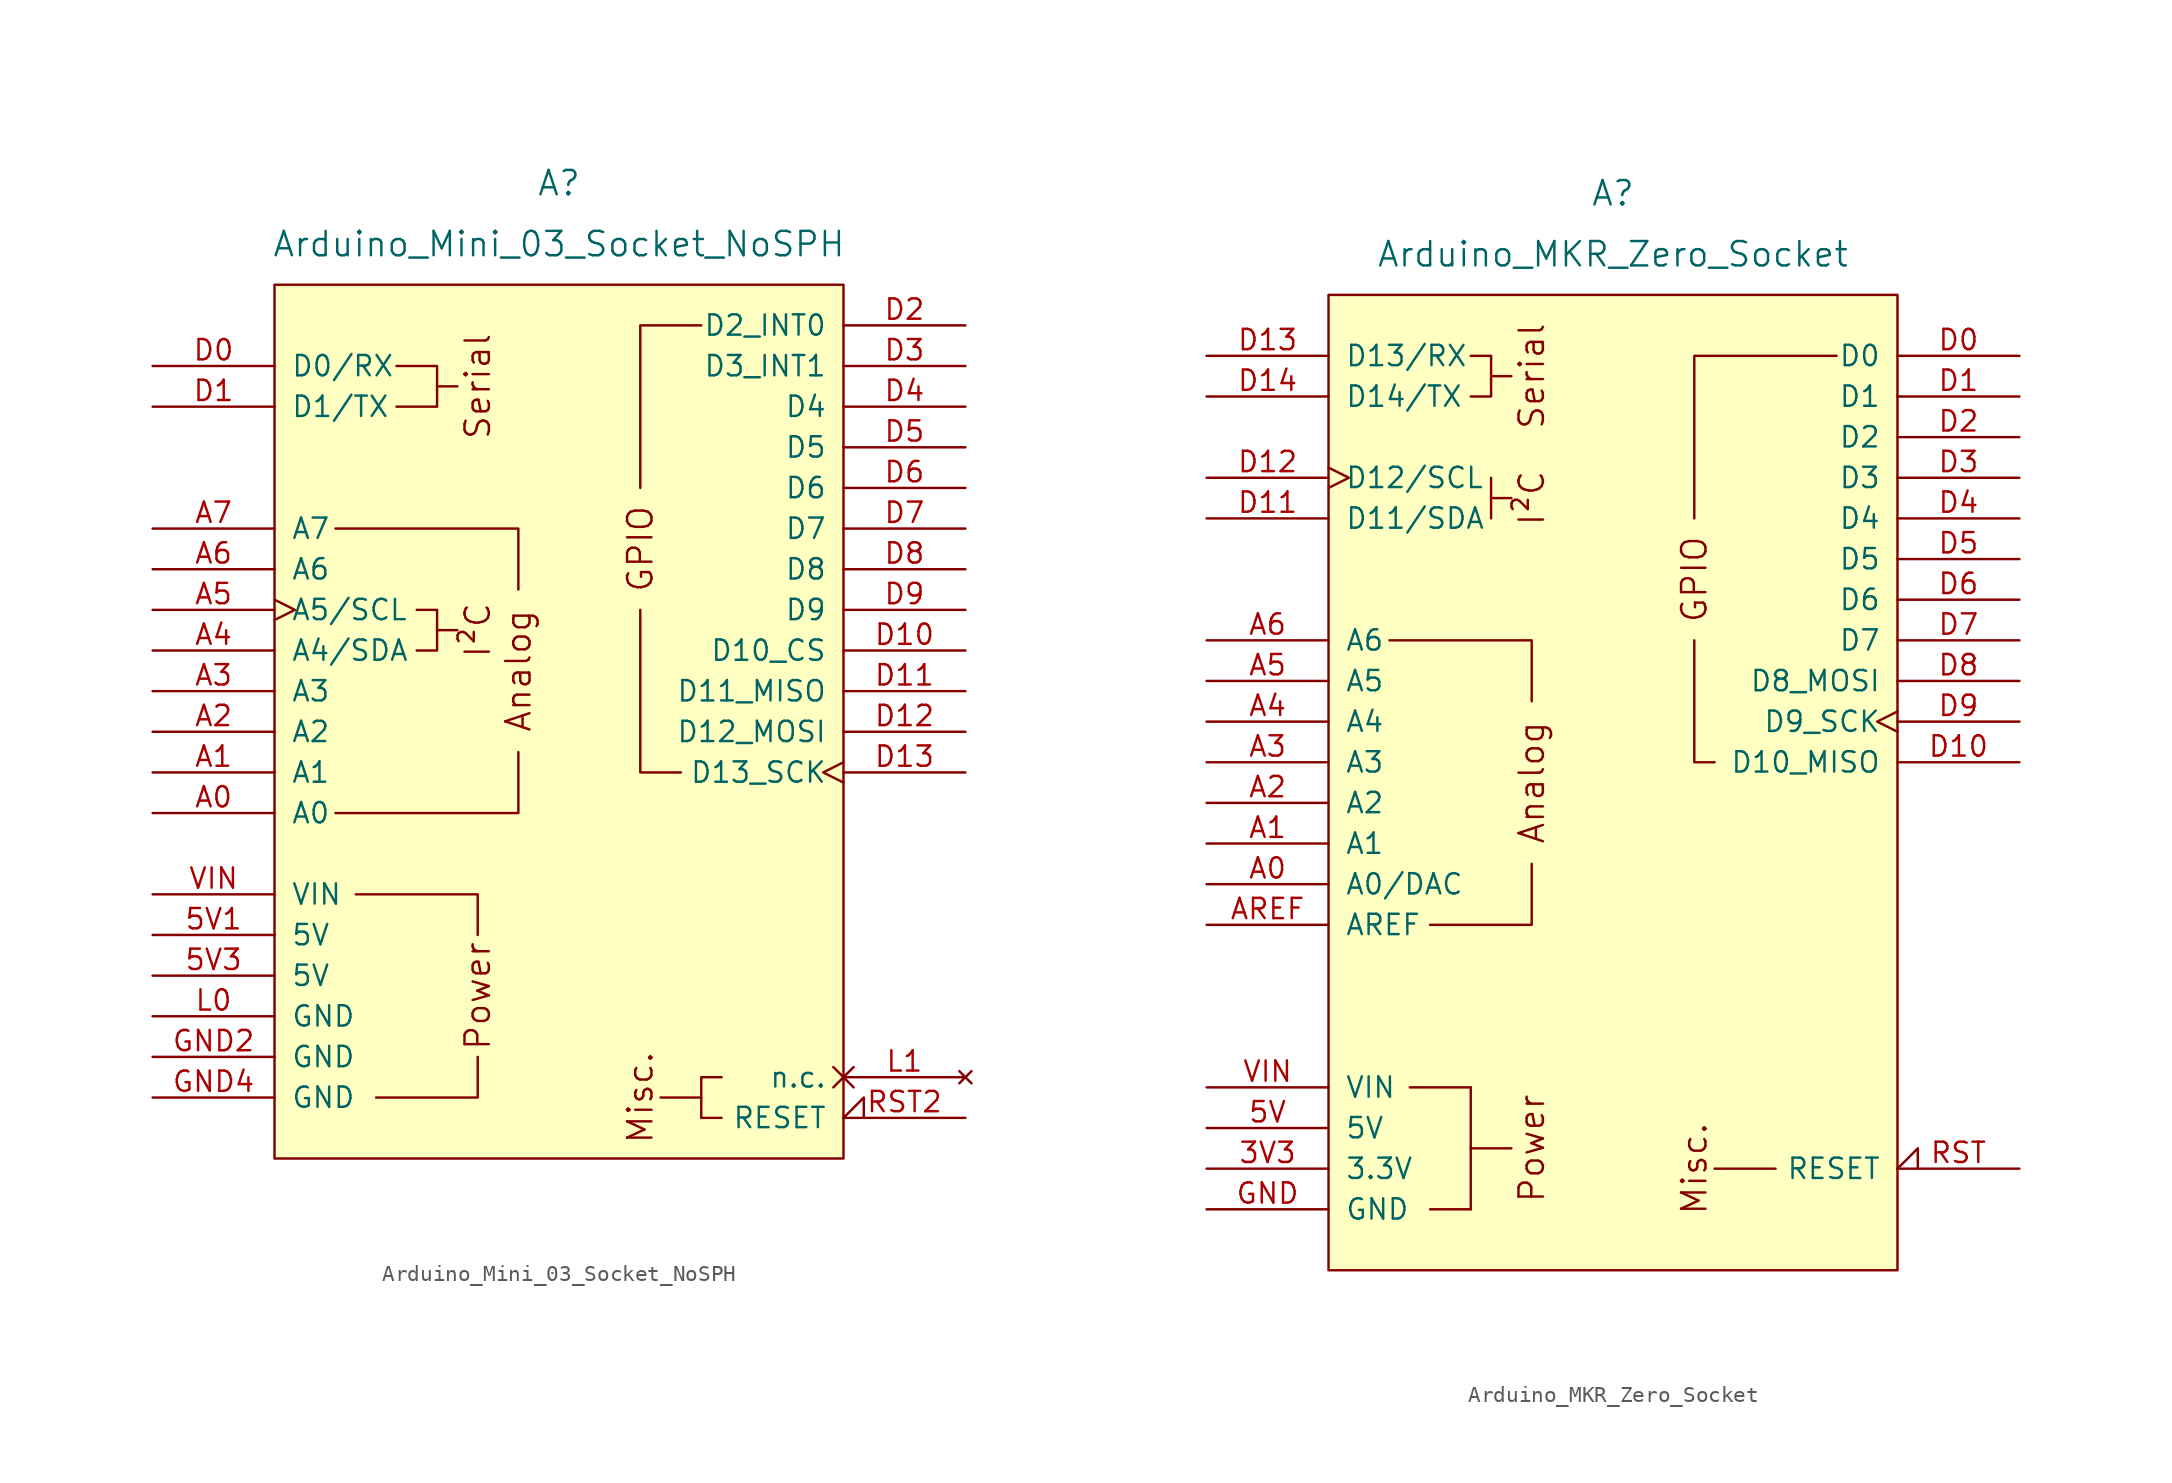
<source format=kicad_sym>
(kicad_symbol_lib
  (version 20241209)
  (generator "kicad_symbol_editor")
  (generator_version "9.0")
  (symbol "Arduino_Mini_03_Socket_NoSPH"
    (pin_names
      (offset 1.016))
    (property "Reference" "A"
      (at 0 34.29 0)
      (effects (font (size 1.524 1.524))))
    (property "Value" "Arduino_Mini_03_Socket_NoSPH"
      (at 0 30.48 0)
      (effects (font (size 1.524 1.524))))
    (symbol "Arduino_Mini_03_Socket_NoSPH_0_0"
      (rectangle (start -17.78 27.94) (end 17.78 -26.67) (stroke (width 0) (type default)) (fill (type background)))
      (polyline (pts (xy -11.43 -22.86) (xy -5.08 -22.86) (xy -5.08 -20.32)) (stroke (width 0) (type default)) (fill (type none)))
      (polyline (pts (xy -10.16 22.86) (xy -7.62 22.86) (xy -7.62 20.32) (xy -10.16 20.32)) (stroke (width 0) (type default)) (fill (type none)))
      (polyline (pts (xy -8.89 7.62) (xy -7.62 7.62) (xy -7.62 5.08) (xy -8.89 5.08)) (stroke (width 0) (type default)) (fill (type none)))
      (polyline (pts (xy -7.62 21.59) (xy -6.35 21.59)) (stroke (width 0) (type default)) (fill (type none)))
      (polyline (pts (xy -7.62 6.35) (xy -6.35 6.35)) (stroke (width 0) (type default)) (fill (type none)))
      (polyline (pts (xy -5.08 -12.7) (xy -5.08 -10.16) (xy -12.7 -10.16)) (stroke (width 0) (type default)) (fill (type none)))
      (polyline (pts (xy -2.54 8.89) (xy -2.54 12.7) (xy -13.97 12.7)) (stroke (width 0) (type default)) (fill (type none)))
      (polyline (pts (xy -2.54 -1.27) (xy -2.54 -5.08) (xy -13.97 -5.08)) (stroke (width 0) (type default)) (fill (type none)))
      (polyline (pts (xy 8.89 -22.86) (xy 6.35 -22.86)) (stroke (width 0) (type default)) (fill (type none)))
      (text "Serial" (at -5.08 21.59 900) (effects (font (size 1.524 1.524))))
      (text "I²C" (at -5.08 6.35 900) (effects (font (size 1.524 1.524))))
      (text "Power" (at -5.08 -16.51 900) (effects (font (size 1.524 1.524))))
      (text "Analog" (at -2.54 3.81 900) (effects (font (size 1.524 1.524))))
      (text "Misc." (at 5.08 -22.86 900) (effects (font (size 1.524 1.524)))))
    (symbol "Arduino_Mini_03_Socket_NoSPH_0_1"
      (polyline (pts (xy 7.62 -2.54) (xy 5.08 -2.54) (xy 5.08 7.62)) (stroke (width 0) (type default)) (fill (type none)))
      (polyline (pts (xy 8.89 25.4) (xy 5.08 25.4) (xy 5.08 15.24)) (stroke (width 0) (type default)) (fill (type none)))
      (polyline (pts (xy 10.16 -21.59) (xy 8.89 -21.59) (xy 8.89 -24.13) (xy 10.16 -24.13)) (stroke (width 0) (type default)) (fill (type none))))
    (symbol "Arduino_Mini_03_Socket_NoSPH_1_0"
      (text "GPIO" (at 5.08 11.43 900) (effects (font (size 1.524 1.524)))))
    (symbol "Arduino_Mini_03_Socket_NoSPH_1_1"
      (pin bidirectional line (at -25.4 22.86 0) (length 7.62) (name "D0/RX" (effects (font (size 1.27 1.27)))) (number "D0" (effects (font (size 1.27 1.27)))))
      (pin bidirectional line (at -25.4 20.32 0) (length 7.62) (name "D1/TX" (effects (font (size 1.27 1.27)))) (number "D1" (effects (font (size 1.27 1.27)))))
      (pin input line (at -25.4 12.7 0) (length 7.62) (name "A7" (effects (font (size 1.27 1.27)))) (number "A7" (effects (font (size 1.27 1.27)))))
      (pin input line (at -25.4 10.16 0) (length 7.62) (name "A6" (effects (font (size 1.27 1.27)))) (number "A6" (effects (font (size 1.27 1.27)))))
      (pin bidirectional clock (at -25.4 7.62 0) (length 7.62) (name "A5/SCL" (effects (font (size 1.27 1.27)))) (number "A5" (effects (font (size 1.27 1.27)))))
      (pin bidirectional line (at -25.4 5.08 0) (length 7.62) (name "A4/SDA" (effects (font (size 1.27 1.27)))) (number "A4" (effects (font (size 1.27 1.27)))))
      (pin bidirectional line (at -25.4 2.54 0) (length 7.62) (name "A3" (effects (font (size 1.27 1.27)))) (number "A3" (effects (font (size 1.27 1.27)))))
      (pin bidirectional line (at -25.4 0 0) (length 7.62) (name "A2" (effects (font (size 1.27 1.27)))) (number "A2" (effects (font (size 1.27 1.27)))))
      (pin bidirectional line (at -25.4 -2.54 0) (length 7.62) (name "A1" (effects (font (size 1.27 1.27)))) (number "A1" (effects (font (size 1.27 1.27)))))
      (pin bidirectional line (at -25.4 -5.08 0) (length 7.62) (name "A0" (effects (font (size 1.27 1.27)))) (number "A0" (effects (font (size 1.27 1.27)))))
      (pin power_in line (at -25.4 -10.16 0) (length 7.62) (name "VIN" (effects (font (size 1.27 1.27)))) (number "VIN" (effects (font (size 1.27 1.27)))))
      (pin power_in line (at -25.4 -12.7 0) (length 7.62) (name "5V" (effects (font (size 1.27 1.27)))) (number "5V1" (effects (font (size 1.27 1.27)))))
      (pin power_in line (at -25.4 -15.24 0) (length 7.62) (name "5V" (effects (font (size 1.27 1.27)))) (number "5V3" (effects (font (size 1.27 1.27)))))
      (pin power_in line (at -25.4 -17.78 0) (length 7.62) (name "GND" (effects (font (size 1.27 1.27)))) (number "L0" (effects (font (size 1.27 1.27)))))
      (pin power_in line (at -25.4 -20.32 0) (length 7.62) (name "GND" (effects (font (size 1.27 1.27)))) (number "GND2" (effects (font (size 1.27 1.27)))))
      (pin power_in line (at -25.4 -22.86 0) (length 7.62) (name "GND" (effects (font (size 1.27 1.27)))) (number "GND4" (effects (font (size 1.27 1.27)))))
      (pin bidirectional line (at 25.4 25.4 180) (length 7.62) (name "D2_INT0" (effects (font (size 1.27 1.27)))) (number "D2" (effects (font (size 1.27 1.27)))))
      (pin bidirectional line (at 25.4 22.86 180) (length 7.62) (name "D3_INT1" (effects (font (size 1.27 1.27)))) (number "D3" (effects (font (size 1.27 1.27)))))
      (pin bidirectional line (at 25.4 20.32 180) (length 7.62) (name "D4" (effects (font (size 1.27 1.27)))) (number "D4" (effects (font (size 1.27 1.27)))))
      (pin bidirectional line (at 25.4 17.78 180) (length 7.62) (name "D5" (effects (font (size 1.27 1.27)))) (number "D5" (effects (font (size 1.27 1.27)))))
      (pin bidirectional line (at 25.4 15.24 180) (length 7.62) (name "D6" (effects (font (size 1.27 1.27)))) (number "D6" (effects (font (size 1.27 1.27)))))
      (pin bidirectional line (at 25.4 12.7 180) (length 7.62) (name "D7" (effects (font (size 1.27 1.27)))) (number "D7" (effects (font (size 1.27 1.27)))))
      (pin bidirectional line (at 25.4 10.16 180) (length 7.62) (name "D8" (effects (font (size 1.27 1.27)))) (number "D8" (effects (font (size 1.27 1.27)))))
      (pin bidirectional line (at 25.4 7.62 180) (length 7.62) (name "D9" (effects (font (size 1.27 1.27)))) (number "D9" (effects (font (size 1.27 1.27)))))
      (pin bidirectional line (at 25.4 5.08 180) (length 7.62) (name "D10_CS" (effects (font (size 1.27 1.27)))) (number "D10" (effects (font (size 1.27 1.27)))))
      (pin bidirectional line (at 25.4 2.54 180) (length 7.62) (name "D11_MISO" (effects (font (size 1.27 1.27)))) (number "D11" (effects (font (size 1.27 1.27)))))
      (pin bidirectional line (at 25.4 0 180) (length 7.62) (name "D12_MOSI" (effects (font (size 1.27 1.27)))) (number "D12" (effects (font (size 1.27 1.27)))))
      (pin bidirectional clock (at 25.4 -2.54 180) (length 7.62) (name "D13_SCK" (effects (font (size 1.27 1.27)))) (number "D13" (effects (font (size 1.27 1.27)))))
      (pin no_connect non_logic (at 25.4 -21.59 180) (length 7.62) (name "n.c." (effects (font (size 1.27 1.27)))) (number "L1" (effects (font (size 1.27 1.27)))))
      (pin open_collector input_low (at 25.4 -24.13 180) (length 7.62) (name "RESET" (effects (font (size 1.27 1.27)))) (number "RST2" (effects (font (size 1.27 1.27)))))))
  (symbol "Arduino_MKR_Zero_Socket"
    (pin_names
      (offset 1.016))
    (property "Reference" "A"
      (at 0 36.83 0)
      (effects (font (size 1.524 1.524))))
    (property "Value" "Arduino_MKR_Zero_Socket"
      (at 0 33.02 0)
      (effects (font (size 1.524 1.524))))
    (symbol "Arduino_MKR_Zero_Socket_0_0"
      (rectangle (start -17.78 30.48) (end 17.78 -30.48) (stroke (width 0) (type default)) (fill (type background)))
      (rectangle (start -12.7 -19.05) (end -8.89 -19.05) (stroke (width 0) (type default)) (fill (type none)))
      (rectangle (start -11.43 -26.67) (end -8.89 -26.67) (stroke (width 0) (type default)) (fill (type none)))
      (polyline (pts (xy -8.89 26.67) (xy -7.62 26.67) (xy -7.62 24.13) (xy -8.89 24.13)) (stroke (width 0) (type default)) (fill (type none)))
      (polyline (pts (xy -8.89 -19.05) (xy -8.89 -26.67)) (stroke (width 0) (type default)) (fill (type none)))
      (rectangle (start -8.89 -22.86) (end -6.35 -22.86) (stroke (width 0) (type default)) (fill (type none)))
      (polyline (pts (xy -7.62 25.4) (xy -6.35 25.4)) (stroke (width 0) (type default)) (fill (type none)))
      (polyline (pts (xy -5.08 5.08) (xy -5.08 8.89) (xy -13.97 8.89)) (stroke (width 0) (type default)) (fill (type none)))
      (polyline (pts (xy -5.08 -5.08) (xy -5.08 -8.89) (xy -11.43 -8.89)) (stroke (width 0) (type default)) (fill (type none)))
      (polyline (pts (xy 5.08 16.51) (xy 5.08 26.67) (xy 13.97 26.67)) (stroke (width 0) (type default)) (fill (type none)))
      (polyline (pts (xy 5.08 8.89) (xy 5.08 1.27) (xy 6.35 1.27)) (stroke (width 0) (type default)) (fill (type none)))
      (rectangle (start 6.35 -24.13) (end 10.16 -24.13) (stroke (width 0) (type default)) (fill (type none)))
      (text "Serial" (at -5.08 25.4 900) (effects (font (size 1.524 1.524))))
      (text "I²C" (at -5.08 17.78 900) (effects (font (size 1.524 1.524))))
      (text "Analog" (at -5.08 0 900) (effects (font (size 1.524 1.524))))
      (text "Power" (at -5.08 -22.86 900) (effects (font (size 1.524 1.524))))
      (text "Misc." (at 5.08 -24.13 900) (effects (font (size 1.524 1.524)))))
    (symbol "Arduino_MKR_Zero_Socket_0_1"
      (polyline (pts (xy -7.62 17.78) (xy -6.35 17.78)) (stroke (width 0) (type default)) (fill (type none)))
      (polyline (pts (xy -7.62 16.51) (xy -7.62 19.05)) (stroke (width 0) (type default)) (fill (type none))))
    (symbol "Arduino_MKR_Zero_Socket_1_0"
      (text "GPIO" (at 5.08 12.7 900) (effects (font (size 1.524 1.524)))))
    (symbol "Arduino_MKR_Zero_Socket_1_1"
      (pin bidirectional line (at -25.4 26.67 0) (length 7.62) (name "D13/RX" (effects (font (size 1.27 1.27)))) (number "D13" (effects (font (size 1.27 1.27)))))
      (pin bidirectional line (at -25.4 24.13 0) (length 7.62) (name "D14/TX" (effects (font (size 1.27 1.27)))) (number "D14" (effects (font (size 1.27 1.27)))))
      (pin bidirectional clock (at -25.4 19.05 0) (length 7.62) (name "D12/SCL" (effects (font (size 1.27 1.27)))) (number "D12" (effects (font (size 1.27 1.27)))))
      (pin bidirectional line (at -25.4 16.51 0) (length 7.62) (name "D11/SDA" (effects (font (size 1.27 1.27)))) (number "D11" (effects (font (size 1.27 1.27)))))
      (pin bidirectional line (at -25.4 8.89 0) (length 7.62) (name "A6" (effects (font (size 1.27 1.27)))) (number "A6" (effects (font (size 1.27 1.27)))))
      (pin bidirectional line (at -25.4 6.35 0) (length 7.62) (name "A5" (effects (font (size 1.27 1.27)))) (number "A5" (effects (font (size 1.27 1.27)))))
      (pin bidirectional line (at -25.4 3.81 0) (length 7.62) (name "A4" (effects (font (size 1.27 1.27)))) (number "A4" (effects (font (size 1.27 1.27)))))
      (pin bidirectional line (at -25.4 1.27 0) (length 7.62) (name "A3" (effects (font (size 1.27 1.27)))) (number "A3" (effects (font (size 1.27 1.27)))))
      (pin bidirectional line (at -25.4 -1.27 0) (length 7.62) (name "A2" (effects (font (size 1.27 1.27)))) (number "A2" (effects (font (size 1.27 1.27)))))
      (pin bidirectional line (at -25.4 -3.81 0) (length 7.62) (name "A1" (effects (font (size 1.27 1.27)))) (number "A1" (effects (font (size 1.27 1.27)))))
      (pin bidirectional line (at -25.4 -6.35 0) (length 7.62) (name "A0/DAC" (effects (font (size 1.27 1.27)))) (number "A0" (effects (font (size 1.27 1.27)))))
      (pin input line (at -25.4 -8.89 0) (length 7.62) (name "AREF" (effects (font (size 1.27 1.27)))) (number "AREF" (effects (font (size 1.27 1.27)))))
      (pin power_in line (at -25.4 -19.05 0) (length 7.62) (name "VIN" (effects (font (size 1.27 1.27)))) (number "VIN" (effects (font (size 1.27 1.27)))))
      (pin power_in line (at -25.4 -21.59 0) (length 7.62) (name "5V" (effects (font (size 1.27 1.27)))) (number "5V" (effects (font (size 1.27 1.27)))))
      (pin power_out line (at -25.4 -24.13 0) (length 7.62) (name "3.3V" (effects (font (size 1.27 1.27)))) (number "3V3" (effects (font (size 1.27 1.27)))))
      (pin power_in line (at -25.4 -26.67 0) (length 7.62) (name "GND" (effects (font (size 1.27 1.27)))) (number "GND" (effects (font (size 1.27 1.27)))))
      (pin bidirectional line (at 25.4 26.67 180) (length 7.62) (name "D0" (effects (font (size 1.27 1.27)))) (number "D0" (effects (font (size 1.27 1.27)))))
      (pin bidirectional line (at 25.4 24.13 180) (length 7.62) (name "D1" (effects (font (size 1.27 1.27)))) (number "D1" (effects (font (size 1.27 1.27)))))
      (pin bidirectional line (at 25.4 21.59 180) (length 7.62) (name "D2" (effects (font (size 1.27 1.27)))) (number "D2" (effects (font (size 1.27 1.27)))))
      (pin bidirectional line (at 25.4 19.05 180) (length 7.62) (name "D3" (effects (font (size 1.27 1.27)))) (number "D3" (effects (font (size 1.27 1.27)))))
      (pin bidirectional line (at 25.4 16.51 180) (length 7.62) (name "D4" (effects (font (size 1.27 1.27)))) (number "D4" (effects (font (size 1.27 1.27)))))
      (pin bidirectional line (at 25.4 13.97 180) (length 7.62) (name "D5" (effects (font (size 1.27 1.27)))) (number "D5" (effects (font (size 1.27 1.27)))))
      (pin bidirectional line (at 25.4 11.43 180) (length 7.62) (name "D6" (effects (font (size 1.27 1.27)))) (number "D6" (effects (font (size 1.27 1.27)))))
      (pin bidirectional line (at 25.4 8.89 180) (length 7.62) (name "D7" (effects (font (size 1.27 1.27)))) (number "D7" (effects (font (size 1.27 1.27)))))
      (pin bidirectional line (at 25.4 6.35 180) (length 7.62) (name "D8_MOSI" (effects (font (size 1.27 1.27)))) (number "D8" (effects (font (size 1.27 1.27)))))
      (pin bidirectional clock (at 25.4 3.81 180) (length 7.62) (name "D9_SCK" (effects (font (size 1.27 1.27)))) (number "D9" (effects (font (size 1.27 1.27)))))
      (pin bidirectional line (at 25.4 1.27 180) (length 7.62) (name "D10_MISO" (effects (font (size 1.27 1.27)))) (number "D10" (effects (font (size 1.27 1.27)))))
      (pin open_collector input_low (at 25.4 -24.13 180) (length 7.62) (name "RESET" (effects (font (size 1.27 1.27)))) (number "RST" (effects (font (size 1.27 1.27))))))))
</source>
